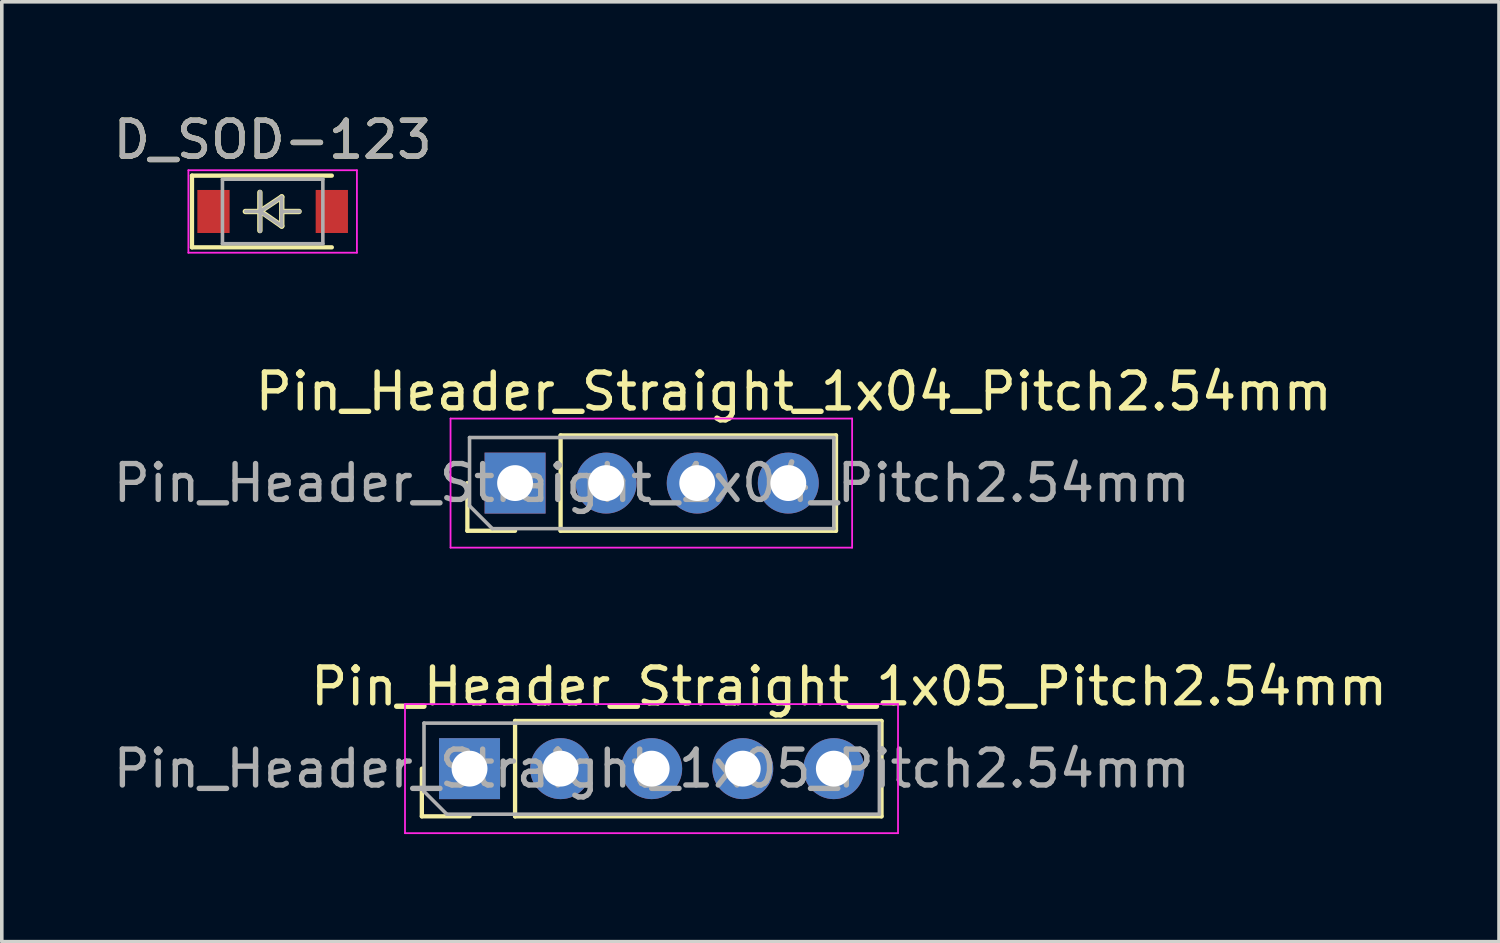
<source format=kicad_pcb>
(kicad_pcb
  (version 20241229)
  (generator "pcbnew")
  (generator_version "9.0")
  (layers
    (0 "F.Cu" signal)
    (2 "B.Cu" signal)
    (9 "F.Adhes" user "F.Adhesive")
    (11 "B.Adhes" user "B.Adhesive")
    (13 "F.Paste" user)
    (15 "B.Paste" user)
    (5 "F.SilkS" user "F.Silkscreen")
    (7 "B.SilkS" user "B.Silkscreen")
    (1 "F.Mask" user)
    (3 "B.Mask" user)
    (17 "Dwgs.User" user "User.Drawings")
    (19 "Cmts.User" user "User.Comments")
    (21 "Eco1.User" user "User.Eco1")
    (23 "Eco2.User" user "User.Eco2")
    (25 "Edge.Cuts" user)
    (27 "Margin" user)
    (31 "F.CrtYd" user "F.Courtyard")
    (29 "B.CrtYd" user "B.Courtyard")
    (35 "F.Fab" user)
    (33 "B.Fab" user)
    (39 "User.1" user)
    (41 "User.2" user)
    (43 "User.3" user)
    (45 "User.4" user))
  (footprint "Pin_Header_Straight_1x05_Pitch2.54mm"
    (layer "F.Cu")
    (at 15.131 18.396)
    (property "Reference" "Pin_Header_Straight_1x05_Pitch2.54mm" (at 5.5 -2.3 180) (layer "F.SilkS") (effects (font (size 1 1) (thickness 0.15))))
    (attr through_hole)
    (fp_line (start -6.416 1.321) (end -6.416 -0.009) (stroke (width 0.12) (type solid)) (layer "F.SilkS"))
    (fp_line (start -5.086 1.321) (end -6.416 1.321) (stroke (width 0.12) (type solid)) (layer "F.SilkS"))
    (fp_line (start -3.816 -1.339) (end 6.404 -1.339) (stroke (width 0.12) (type solid)) (layer "F.SilkS"))
    (fp_line (start -3.816 1.321) (end -3.816 -1.339) (stroke (width 0.12) (type solid)) (layer "F.SilkS"))
    (fp_line (start -3.816 1.321) (end 6.404 1.321) (stroke (width 0.12) (type solid)) (layer "F.SilkS"))
    (fp_line (start 6.404 1.321) (end 6.404 -1.339) (stroke (width 0.12) (type solid)) (layer "F.SilkS"))
    (fp_line (start -6.886 -1.809) (end -6.886 1.791) (stroke (width 0.05) (type solid)) (layer "F.CrtYd"))
    (fp_line (start -6.886 1.791) (end 6.864 1.791) (stroke (width 0.05) (type solid)) (layer "F.CrtYd"))
    (fp_line (start 6.864 -1.809) (end -6.886 -1.809) (stroke (width 0.05) (type solid)) (layer "F.CrtYd"))
    (fp_line (start 6.864 1.791) (end 6.864 -1.809) (stroke (width 0.05) (type solid)) (layer "F.CrtYd"))
    (fp_line (start -6.356 -1.279) (end 6.344 -1.279) (stroke (width 0.1) (type solid)) (layer "F.Fab"))
    (fp_line (start -6.356 0.626) (end -6.356 -1.279) (stroke (width 0.1) (type solid)) (layer "F.Fab"))
    (fp_line (start -5.721 1.261) (end -6.356 0.626) (stroke (width 0.1) (type solid)) (layer "F.Fab"))
    (fp_line (start 6.344 -1.279) (end 6.344 1.261) (stroke (width 0.1) (type solid)) (layer "F.Fab"))
    (fp_line (start 6.344 1.261) (end -5.721 1.261) (stroke (width 0.1) (type solid)) (layer "F.Fab"))
    (fp_text user "${REFERENCE}" (at -0.006 -0.009 180) (layer "F.Fab") (effects (font (size 1 1) (thickness 0.15))))
    (pad "1" thru_hole rect (at -5.086 -0.009 90) (size 1.7 1.7) (drill 1) (layers "*.Cu" "*.Mask"))
    (pad "2" thru_hole oval (at -2.546 -0.009 90) (size 1.7 1.7) (drill 1) (layers "*.Cu" "*.Mask"))
    (pad "3" thru_hole oval (at -0.006 -0.009 90) (size 1.7 1.7) (drill 1) (layers "*.Cu" "*.Mask"))
    (pad "4" thru_hole oval (at 2.534 -0.009 90) (size 1.7 1.7) (drill 1) (layers "*.Cu" "*.Mask"))
    (pad "5" thru_hole oval (at 5.074 -0.009 90) (size 1.7 1.7) (drill 1) (layers "*.Cu" "*.Mask")))
  (footprint "Pin_Header_Straight_1x04_Pitch2.54mm"
    (layer "F.Cu")
    (at 15.087 10.371)
    (property "Reference" "Pin_Header_Straight_1x04_Pitch2.54mm" (at 4 -2.5 180) (layer "F.SilkS") (effects (font (size 1 1) (thickness 0.15))))
    (attr through_hole)
    (fp_line (start -5.102 1.382) (end -5.102 0.052) (stroke (width 0.12) (type solid)) (layer "F.SilkS"))
    (fp_line (start -3.772 1.382) (end -5.102 1.382) (stroke (width 0.12) (type solid)) (layer "F.SilkS"))
    (fp_line (start -2.502 -1.278) (end 5.178 -1.278) (stroke (width 0.12) (type solid)) (layer "F.SilkS"))
    (fp_line (start -2.502 1.382) (end -2.502 -1.278) (stroke (width 0.12) (type solid)) (layer "F.SilkS"))
    (fp_line (start -2.502 1.382) (end 5.178 1.382) (stroke (width 0.12) (type solid)) (layer "F.SilkS"))
    (fp_line (start 5.178 1.382) (end 5.178 -1.278) (stroke (width 0.12) (type solid)) (layer "F.SilkS"))
    (fp_line (start -5.572 -1.748) (end -5.572 1.852) (stroke (width 0.05) (type solid)) (layer "F.CrtYd"))
    (fp_line (start -5.572 1.852) (end 5.628 1.852) (stroke (width 0.05) (type solid)) (layer "F.CrtYd"))
    (fp_line (start 5.628 -1.748) (end -5.572 -1.748) (stroke (width 0.05) (type solid)) (layer "F.CrtYd"))
    (fp_line (start 5.628 1.852) (end 5.628 -1.748) (stroke (width 0.05) (type solid)) (layer "F.CrtYd"))
    (fp_line (start -5.042 -1.218) (end 5.118 -1.218) (stroke (width 0.1) (type solid)) (layer "F.Fab"))
    (fp_line (start -5.042 0.687) (end -5.042 -1.218) (stroke (width 0.1) (type solid)) (layer "F.Fab"))
    (fp_line (start -4.407 1.322) (end -5.042 0.687) (stroke (width 0.1) (type solid)) (layer "F.Fab"))
    (fp_line (start 5.118 -1.218) (end 5.118 1.322) (stroke (width 0.1) (type solid)) (layer "F.Fab"))
    (fp_line (start 5.118 1.322) (end -4.407 1.322) (stroke (width 0.1) (type solid)) (layer "F.Fab"))
    (fp_text user "${REFERENCE}" (at 0.038 0.052 180) (layer "F.Fab") (effects (font (size 1 1) (thickness 0.15))))
    (pad "1" thru_hole rect (at -3.772 0.052 90) (size 1.7 1.7) (drill 1) (layers "*.Cu" "*.Mask"))
    (pad "2" thru_hole oval (at -1.232 0.052 90) (size 1.7 1.7) (drill 1) (layers "*.Cu" "*.Mask"))
    (pad "3" thru_hole oval (at 1.308 0.052 90) (size 1.7 1.7) (drill 1) (layers "*.Cu" "*.Mask"))
    (pad "4" thru_hole oval (at 3.848 0.052 90) (size 1.7 1.7) (drill 1) (layers "*.Cu" "*.Mask")))
  (footprint "D_SOD-123"
    (layer "F.Cu")
    (at 4.554 2.848)
    (property "Reference" "D_SOD-123" (at 0 -2 0) (layer "F.SilkS") (effects (font (size 1 1) (thickness 0.15))))
    (attr smd)
    (fp_line (start -2.25 -1) (end -2.25 1) (stroke (width 0.12) (type solid)) (layer "F.SilkS"))
    (fp_line (start -2.25 -1) (end 1.65 -1) (stroke (width 0.12) (type solid)) (layer "F.SilkS"))
    (fp_line (start -2.25 1) (end 1.65 1) (stroke (width 0.12) (type solid)) (layer "F.SilkS"))
    (fp_line (start -0.762 0) (end -0.381 0) (stroke (width 0.15) (type solid)) (layer "F.SilkS"))
    (fp_line (start -0.356 -0.533) (end -0.356 0.533) (stroke (width 0.15) (type solid)) (layer "F.SilkS"))
    (fp_line (start -0.356 0) (end 0.254 -0.406) (stroke (width 0.15) (type solid)) (layer "F.SilkS"))
    (fp_line (start 0.254 -0.406) (end 0.254 0.406) (stroke (width 0.15) (type solid)) (layer "F.SilkS"))
    (fp_line (start 0.254 0.406) (end -0.33 0) (stroke (width 0.15) (type solid)) (layer "F.SilkS"))
    (fp_line (start 0.279 0) (end 0.737 0) (stroke (width 0.15) (type solid)) (layer "F.SilkS"))
    (fp_line (start -2.35 -1.15) (end -2.35 1.15) (stroke (width 0.05) (type solid)) (layer "F.CrtYd"))
    (fp_line (start -2.35 -1.15) (end 2.35 -1.15) (stroke (width 0.05) (type solid)) (layer "F.CrtYd"))
    (fp_line (start 2.35 -1.15) (end 2.35 1.15) (stroke (width 0.05) (type solid)) (layer "F.CrtYd"))
    (fp_line (start 2.35 1.15) (end -2.35 1.15) (stroke (width 0.05) (type solid)) (layer "F.CrtYd"))
    (fp_line (start -1.4 -0.9) (end 1.4 -0.9) (stroke (width 0.1) (type solid)) (layer "F.Fab"))
    (fp_line (start -1.4 0.9) (end -1.4 -0.9) (stroke (width 0.1) (type solid)) (layer "F.Fab"))
    (fp_line (start -0.75 0) (end -0.35 0) (stroke (width 0.1) (type solid)) (layer "F.Fab"))
    (fp_line (start -0.35 0) (end -0.35 -0.55) (stroke (width 0.1) (type solid)) (layer "F.Fab"))
    (fp_line (start -0.35 0) (end -0.35 0.55) (stroke (width 0.1) (type solid)) (layer "F.Fab"))
    (fp_line (start -0.35 0) (end 0.25 -0.4) (stroke (width 0.1) (type solid)) (layer "F.Fab"))
    (fp_line (start 0.25 -0.4) (end 0.25 0.4) (stroke (width 0.1) (type solid)) (layer "F.Fab"))
    (fp_line (start 0.25 0) (end 0.75 0) (stroke (width 0.1) (type solid)) (layer "F.Fab"))
    (fp_line (start 0.25 0.4) (end -0.35 0) (stroke (width 0.1) (type solid)) (layer "F.Fab"))
    (fp_line (start 1.4 -0.9) (end 1.4 0.9) (stroke (width 0.1) (type solid)) (layer "F.Fab"))
    (fp_line (start 1.4 0.9) (end -1.4 0.9) (stroke (width 0.1) (type solid)) (layer "F.Fab"))
    (fp_text user "${REFERENCE}" (at 0 -2 0) (layer "F.Fab") (effects (font (size 1 1) (thickness 0.15))))
    (pad "1" smd rect (at -1.65 0) (size 0.9 1.2) (layers "F.Cu" "F.Mask" "F.Paste"))
    (pad "2" smd rect (at 1.65 0) (size 0.9 1.2) (layers "F.Cu" "F.Mask" "F.Paste")))
  (gr_rect
    (start -3 -3)
    (end 38.756 23.212)
    (stroke (width 0.1) (type default))
    (fill no)
    (layer "Edge.Cuts")))
</source>
